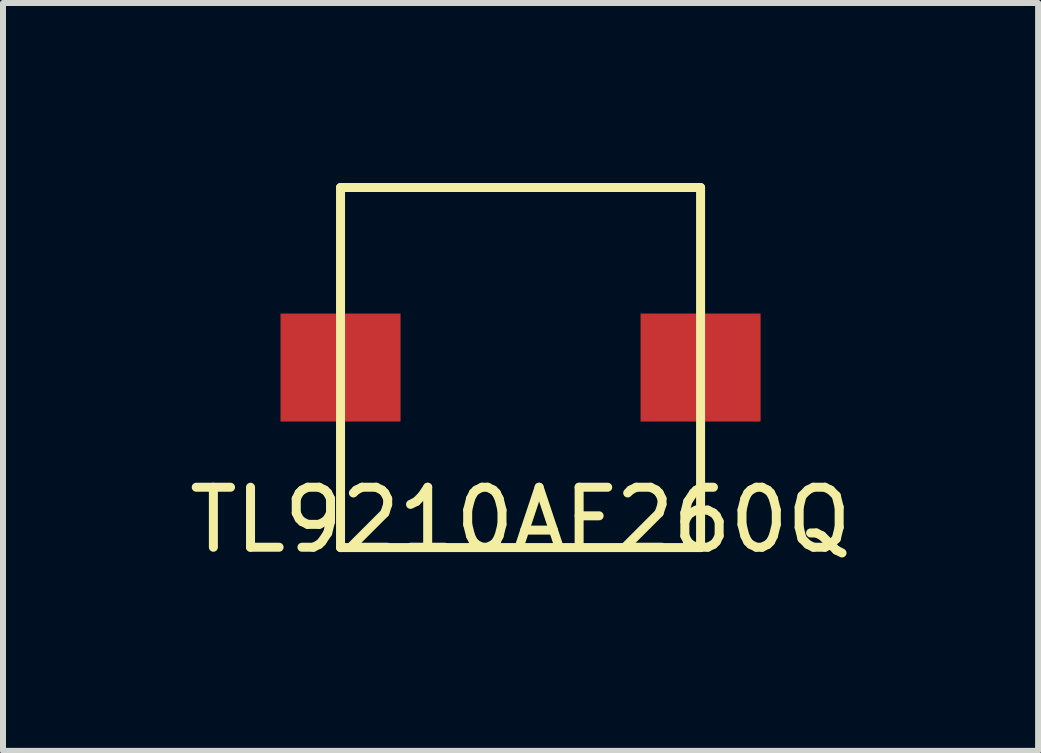
<source format=kicad_pcb>
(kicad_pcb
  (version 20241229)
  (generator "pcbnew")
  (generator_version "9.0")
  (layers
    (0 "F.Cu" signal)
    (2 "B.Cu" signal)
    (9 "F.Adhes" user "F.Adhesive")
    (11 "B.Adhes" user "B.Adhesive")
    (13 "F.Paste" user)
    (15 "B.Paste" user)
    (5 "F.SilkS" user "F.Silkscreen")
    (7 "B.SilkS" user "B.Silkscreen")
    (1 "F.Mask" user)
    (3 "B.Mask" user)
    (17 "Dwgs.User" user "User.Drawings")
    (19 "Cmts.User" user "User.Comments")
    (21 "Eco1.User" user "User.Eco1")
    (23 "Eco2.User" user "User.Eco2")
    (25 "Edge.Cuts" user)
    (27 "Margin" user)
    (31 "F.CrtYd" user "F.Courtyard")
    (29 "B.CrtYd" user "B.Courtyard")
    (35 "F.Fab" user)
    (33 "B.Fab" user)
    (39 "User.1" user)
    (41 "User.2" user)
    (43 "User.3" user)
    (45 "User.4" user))
  (footprint "TL9210AF260Q"
    (layer "F.Cu")
    (at 5.625 3.075)
    (property "Reference" "TL9210AF260Q" (at 0 2.54 0) (layer "F.SilkS") (effects (font (size 1 1) (thickness 0.15))))
    (attr through_hole)
    (fp_line (start -3 -3) (end 3 -3) (stroke (width 0.15) (type solid)) (layer "F.SilkS"))
    (fp_line (start -3 3) (end -3 -3) (stroke (width 0.15) (type solid)) (layer "F.SilkS"))
    (fp_line (start -3 3) (end 3 3) (stroke (width 0.15) (type solid)) (layer "F.SilkS"))
    (fp_line (start 3 -3) (end 3 3) (stroke (width 0.15) (type solid)) (layer "F.SilkS"))
    (pad "1" smd rect (at -3 0) (size 2 1.8) (layers "F.Cu" "F.Mask" "F.Paste"))
    (pad "2" smd rect (at 3 0) (size 2 1.8) (layers "F.Cu" "F.Mask" "F.Paste")))
  (gr_rect
    (start -3 -3)
    (end 14.25 9.463)
    (stroke (width 0.1) (type default))
    (fill no)
    (layer "Edge.Cuts")))
</source>
